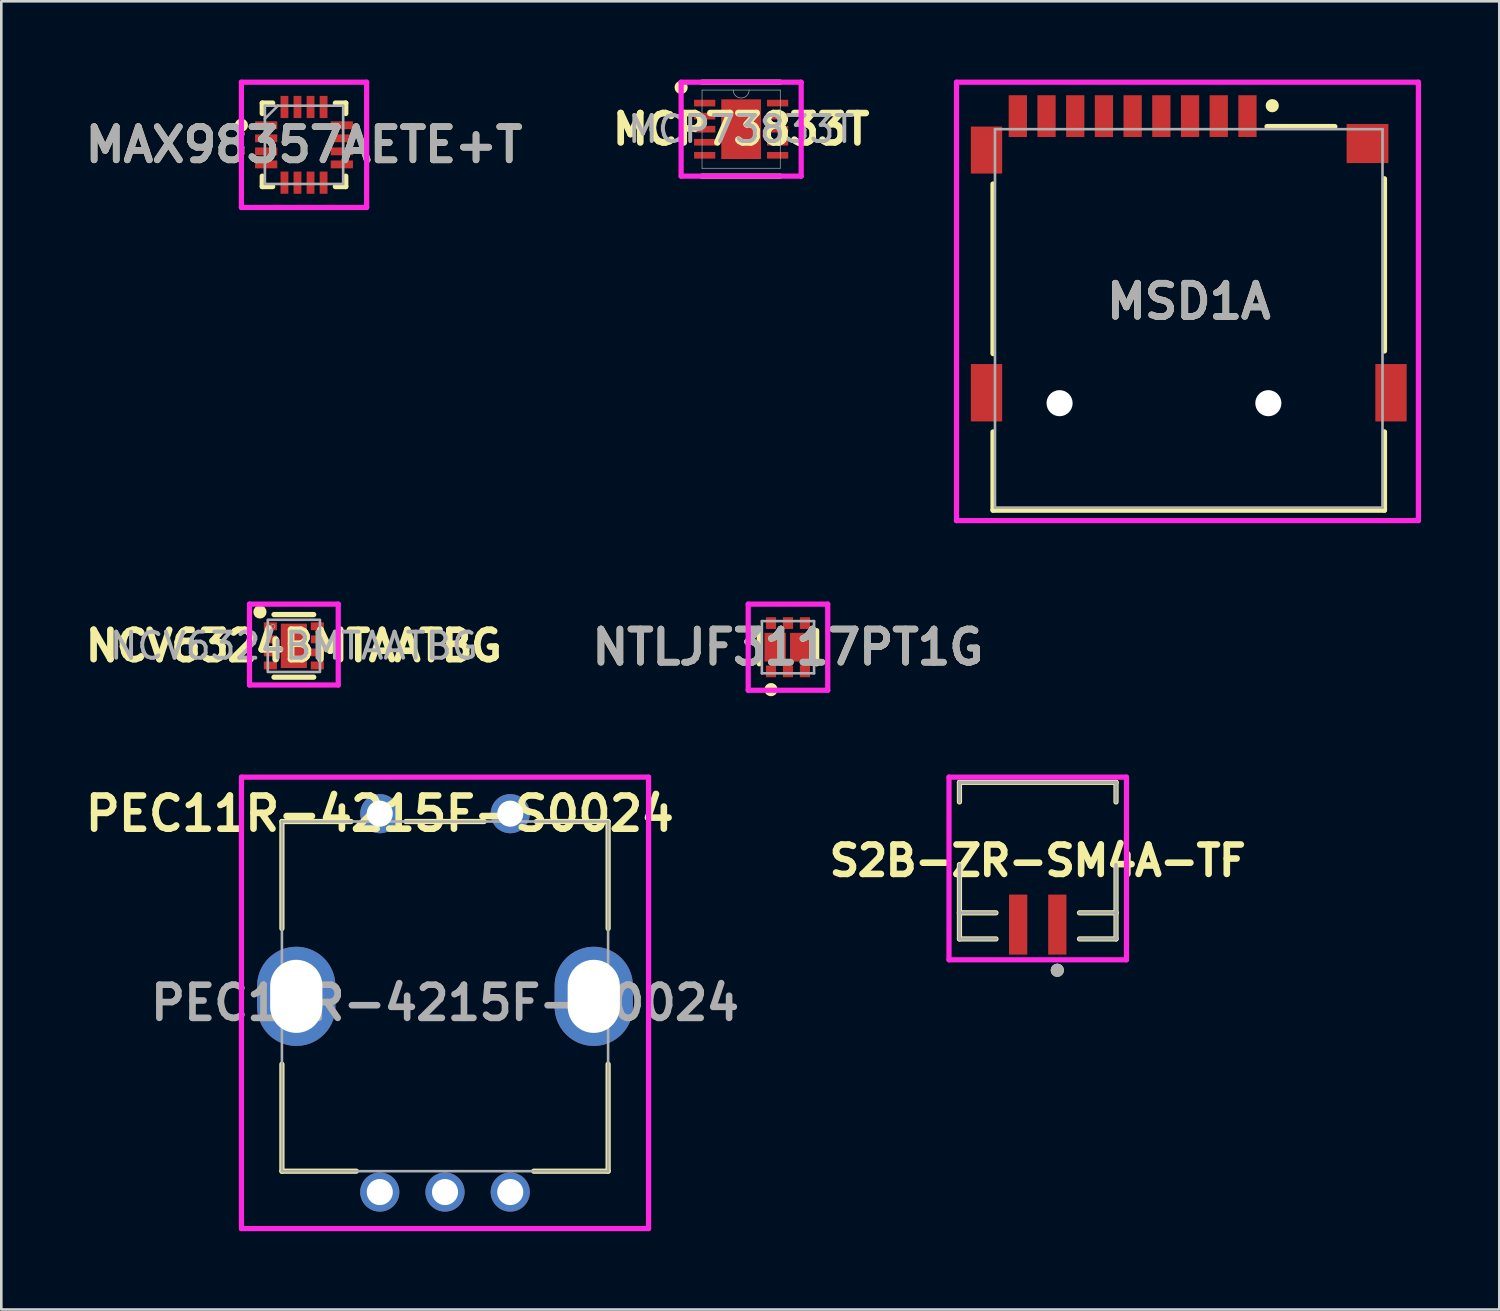
<source format=kicad_pcb>
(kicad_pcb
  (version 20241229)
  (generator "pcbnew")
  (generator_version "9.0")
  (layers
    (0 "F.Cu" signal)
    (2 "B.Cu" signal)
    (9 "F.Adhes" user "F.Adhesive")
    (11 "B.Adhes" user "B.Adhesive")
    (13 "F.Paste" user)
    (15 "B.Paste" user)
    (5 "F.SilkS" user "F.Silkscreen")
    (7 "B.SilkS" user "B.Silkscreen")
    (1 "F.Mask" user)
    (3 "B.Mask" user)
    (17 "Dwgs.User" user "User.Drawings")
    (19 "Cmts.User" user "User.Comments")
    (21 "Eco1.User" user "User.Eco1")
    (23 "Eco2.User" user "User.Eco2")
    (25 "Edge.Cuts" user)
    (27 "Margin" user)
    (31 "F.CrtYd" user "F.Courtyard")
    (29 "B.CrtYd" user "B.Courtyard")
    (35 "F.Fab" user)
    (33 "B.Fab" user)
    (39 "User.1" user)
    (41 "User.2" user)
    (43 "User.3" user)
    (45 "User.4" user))
  (footprint "NCV6324BMTAATBG"
    (layer "F.Cu")
    (at 8.211 21.7)
    (property "Reference" "NCV6324BMTAATBG" (at 0 0 0) (unlocked yes) (layer "F.SilkS") (effects (font (size 1.127 1.127) (thickness 0.254) (bold yes))))
    (attr smd)
    (fp_line (start -0.762 -1.2) (end 0.762 -1.2) (stroke (width 0.2) (type default)) (layer "F.SilkS"))
    (fp_line (start -0.762 1.2) (end 0.762 1.2) (stroke (width 0.2) (type default)) (layer "F.SilkS"))
    (fp_circle (center -1.3 -1.3) (end -1.173 -1.3) (stroke (width 0.254) (type solid)) (fill no) (layer "F.SilkS"))
    (fp_line (start -1.7 -1.6) (end 1.7 -1.6) (stroke (width 0.2) (type default)) (layer "F.CrtYd"))
    (fp_line (start -1.7 1.5) (end -1.7 -1.6) (stroke (width 0.2) (type default)) (layer "F.CrtYd"))
    (fp_line (start 1.7 -1.6) (end 1.7 1.5) (stroke (width 0.2) (type default)) (layer "F.CrtYd"))
    (fp_line (start 1.7 1.5) (end -1.7 1.5) (stroke (width 0.2) (type default)) (layer "F.CrtYd"))
    (fp_rect (start -1 -1) (end 1 1) (stroke (width 0.1) (type default)) (fill no) (layer "F.Fab"))
    (fp_circle (center -0.8 -0.75) (end -0.724 -0.75) (stroke (width 0.025) (type solid)) (fill no) (layer "F.Fab"))
    (fp_text user "${REFERENCE}" (at 0 0 0) (unlocked yes) (layer "F.Fab") (effects (font (size 1 1) (thickness 0.15))))
    (pad "1" smd rect (at -0.9 -0.75) (size 0.5 0.3) (layers "F.Cu" "F.Mask" "F.Paste"))
    (pad "2" smd rect (at -0.9 -0.25) (size 0.5 0.3) (layers "F.Cu" "F.Mask" "F.Paste"))
    (pad "3" smd rect (at -0.9 0.25) (size 0.5 0.3) (layers "F.Cu" "F.Mask" "F.Paste"))
    (pad "4" smd rect (at -0.9 0.75) (size 0.5 0.3) (layers "F.Cu" "F.Mask" "F.Paste"))
    (pad "5" smd rect (at 0.9 0.75) (size 0.5 0.3) (layers "F.Cu" "F.Mask" "F.Paste"))
    (pad "6" smd rect (at 0.9 0.25) (size 0.5 0.3) (layers "F.Cu" "F.Mask" "F.Paste"))
    (pad "7" smd rect (at 0.9 -0.25) (size 0.5 0.3) (layers "F.Cu" "F.Mask" "F.Paste"))
    (pad "8" smd rect (at 0.9 -0.75) (size 0.5 0.3) (layers "F.Cu" "F.Mask" "F.Paste"))
    (pad "9" smd rect (at 0 0) (size 1 1.7) (layers "F.Cu" "F.Mask" "F.Paste")))
  (footprint "MSD1A"
    (layer "F.Cu")
    (at 42.503 8.9)
    (property "Reference" "MSD1A" (at 0 -0.4 0) (layer "F.SilkS") (effects (font (size 1.27 1.27) (thickness 0.254))))
    (attr through_hole)
    (fp_line (start -7.5 1.6) (end -7.5 -4.9) (stroke (width 0.2) (type solid)) (layer "F.SilkS"))
    (fp_line (start -7.5 7.6) (end -7.5 4.6) (stroke (width 0.2) (type solid)) (layer "F.SilkS"))
    (fp_line (start 3 -7.1) (end 5.6 -7.1) (stroke (width 0.2) (type solid)) (layer "F.SilkS"))
    (fp_line (start 7.5 -5.1) (end 7.5 1.5) (stroke (width 0.2) (type solid)) (layer "F.SilkS"))
    (fp_line (start 7.5 4.6) (end 7.5 7.6) (stroke (width 0.2) (type solid)) (layer "F.SilkS"))
    (fp_line (start 7.5 7.6) (end -7.5 7.6) (stroke (width 0.2) (type solid)) (layer "F.SilkS"))
    (fp_circle (center 3.2 -7.9) (end 3.327 -7.9) (stroke (width 0.254) (type solid)) (fill no) (layer "F.SilkS"))
    (fp_line (start -8.9 -8.8) (end 8.8 -8.8) (stroke (width 0.2) (type solid)) (layer "F.CrtYd"))
    (fp_line (start -8.9 8) (end -8.9 -8.8) (stroke (width 0.2) (type solid)) (layer "F.CrtYd"))
    (fp_line (start 8.8 -8.8) (end 8.8 8) (stroke (width 0.2) (type solid)) (layer "F.CrtYd"))
    (fp_line (start 8.8 8) (end -8.9 8) (stroke (width 0.2) (type solid)) (layer "F.CrtYd"))
    (fp_line (start -7.425 -7) (end 7.425 -7) (stroke (width 0.1) (type solid)) (layer "F.Fab"))
    (fp_line (start -7.425 7.5) (end -7.425 -7) (stroke (width 0.1) (type solid)) (layer "F.Fab"))
    (fp_line (start 7.425 -7) (end 7.425 7.5) (stroke (width 0.1) (type solid)) (layer "F.Fab"))
    (fp_line (start 7.425 7.5) (end -7.425 7.5) (stroke (width 0.1) (type solid)) (layer "F.Fab"))
    (fp_text user "${REFERENCE}" (at 0 -0.4 0) (layer "F.Fab") (effects (font (size 1.27 1.27) (thickness 0.254))))
    (pad "" np_thru_hole circle (at -4.95 3.5) (size 1 1) (drill 1) (layers "*.Cu" "*.Mask"))
    (pad "" np_thru_hole circle (at 3.05 3.5) (size 1 1) (drill 1) (layers "*.Cu" "*.Mask"))
    (pad "1" smd rect (at 2.25 -7.5) (size 0.7 1.6) (layers "F.Cu" "F.Mask" "F.Paste"))
    (pad "2" smd rect (at 1.15 -7.5) (size 0.7 1.6) (layers "F.Cu" "F.Mask" "F.Paste"))
    (pad "3" smd rect (at 0.05 -7.5) (size 0.7 1.6) (layers "F.Cu" "F.Mask" "F.Paste"))
    (pad "4" smd rect (at -1.05 -7.5) (size 0.7 1.6) (layers "F.Cu" "F.Mask" "F.Paste"))
    (pad "5" smd rect (at -2.15 -7.5) (size 0.7 1.6) (layers "F.Cu" "F.Mask" "F.Paste"))
    (pad "6" smd rect (at -3.25 -7.5) (size 0.7 1.6) (layers "F.Cu" "F.Mask" "F.Paste"))
    (pad "7" smd rect (at -4.35 -7.5) (size 0.7 1.6) (layers "F.Cu" "F.Mask" "F.Paste"))
    (pad "8" smd rect (at -5.45 -7.5) (size 0.7 1.6) (layers "F.Cu" "F.Mask" "F.Paste"))
    (pad "CD1" smd rect (at -6.55 -7.5) (size 0.7 1.6) (layers "F.Cu" "F.Mask" "F.Paste"))
    (pad "MP1" smd rect (at 7.75 3.1) (size 1.2 2.2) (layers "F.Cu" "F.Mask" "F.Paste"))
    (pad "MP2" smd rect (at -7.75 3.1) (size 1.2 2.2) (layers "F.Cu" "F.Mask" "F.Paste"))
    (pad "MP3" smd rect (at 6.85 -6.45 90) (size 1.5 1.6) (layers "F.Cu" "F.Mask" "F.Paste"))
    (pad "MP4" smd rect (at -7.75 -6.2) (size 1.2 1.8) (layers "F.Cu" "F.Mask" "F.Paste")))
  (footprint "S2B-ZR-SM4A-TF"
    (layer "F.Cu")
    (at 36.716 29.93)
    (property "Reference" "S2B-ZR-SM4A-TF" (at 0 0 180) (layer "F.SilkS") (effects (font (size 1.127 1.127) (thickness 0.254) (bold yes))))
    (attr smd)
    (fp_line (start -3 -3) (end 3 -3) (stroke (width 0.2) (type solid)) (layer "F.SilkS"))
    (fp_line (start -3 -2.25) (end -3 -3) (stroke (width 0.2) (type solid)) (layer "F.SilkS"))
    (fp_line (start -3 2) (end -3 0.15) (stroke (width 0.2) (type solid)) (layer "F.SilkS"))
    (fp_line (start -3 2) (end -1.6 2) (stroke (width 0.2) (type solid)) (layer "F.SilkS"))
    (fp_line (start -3 3) (end -3 2) (stroke (width 0.2) (type solid)) (layer "F.SilkS"))
    (fp_line (start -1.6 3) (end -3 3) (stroke (width 0.2) (type solid)) (layer "F.SilkS"))
    (fp_line (start 1.6 2) (end 3 2) (stroke (width 0.2) (type solid)) (layer "F.SilkS"))
    (fp_line (start 3 -3) (end 3 -2.25) (stroke (width 0.2) (type solid)) (layer "F.SilkS"))
    (fp_line (start 3 0.15) (end 3 2) (stroke (width 0.2) (type solid)) (layer "F.SilkS"))
    (fp_line (start 3 2) (end 3 3) (stroke (width 0.2) (type solid)) (layer "F.SilkS"))
    (fp_line (start 3 3) (end 1.6 3) (stroke (width 0.2) (type solid)) (layer "F.SilkS"))
    (fp_circle (center 0.75 4.2) (end 0.877 4.2) (stroke (width 0.254) (type solid)) (fill no) (layer "F.SilkS"))
    (fp_line (start -3.4 -3.2) (end -3.4 3.8) (stroke (width 0.2) (type solid)) (layer "F.CrtYd"))
    (fp_line (start -3.4 3.8) (end 3.4 3.8) (stroke (width 0.2) (type solid)) (layer "F.CrtYd"))
    (fp_line (start 3.4 -3.2) (end -3.4 -3.2) (stroke (width 0.2) (type solid)) (layer "F.CrtYd"))
    (fp_line (start 3.4 3.8) (end 3.4 -3.2) (stroke (width 0.2) (type solid)) (layer "F.CrtYd"))
    (fp_line (start -3 -3) (end 3 -3) (stroke (width 0.127) (type solid)) (layer "F.Fab"))
    (fp_line (start -3 -2.25) (end -3 -3) (stroke (width 0.127) (type solid)) (layer "F.Fab"))
    (fp_line (start -3 2) (end -3 0.15) (stroke (width 0.127) (type solid)) (layer "F.Fab"))
    (fp_line (start -3 2) (end -1.6 2) (stroke (width 0.127) (type solid)) (layer "F.Fab"))
    (fp_line (start -3 3) (end -3 2) (stroke (width 0.127) (type solid)) (layer "F.Fab"))
    (fp_line (start -1.6 3) (end -3 3) (stroke (width 0.127) (type solid)) (layer "F.Fab"))
    (fp_line (start 1.6 2) (end 3 2) (stroke (width 0.127) (type solid)) (layer "F.Fab"))
    (fp_line (start 3 -3) (end 3 -2.25) (stroke (width 0.127) (type solid)) (layer "F.Fab"))
    (fp_line (start 3 0.15) (end 3 2) (stroke (width 0.127) (type solid)) (layer "F.Fab"))
    (fp_line (start 3 2) (end 3 3) (stroke (width 0.127) (type solid)) (layer "F.Fab"))
    (fp_line (start 3 3) (end 1.6 3) (stroke (width 0.127) (type solid)) (layer "F.Fab"))
    (fp_circle (center 0.75 4.2) (end 0.877 4.2) (stroke (width 0.254) (type solid)) (fill no) (layer "F.Fab"))
    (pad "" smd rect (at -2.7 -1.05) (size 1.1 1.9) (layers "F.Mask" "F.Paste"))
    (pad "" smd rect (at 2.7 -1.05) (size 1.1 1.9) (layers "F.Mask" "F.Paste"))
    (pad "1" smd rect (at 0.75 2.45) (size 0.7 2.3) (layers "F.Cu" "F.Mask" "F.Paste"))
    (pad "2" smd rect (at -0.75 2.45) (size 0.7 2.3) (layers "F.Cu" "F.Mask" "F.Paste")))
  (footprint "MAX98357AETE+T"
    (layer "F.Cu")
    (at 8.6 2.5)
    (property "Reference" "MAX98357AETE+T" (at 0 0 0) (layer "F.SilkS") (effects (font (size 1.27 1.27) (thickness 0.254))))
    (attr smd)
    (fp_line (start -1.6 -1.6) (end -1.6 -1.2) (stroke (width 0.2) (type default)) (layer "F.SilkS"))
    (fp_line (start -1.6 -1.6) (end -1.2 -1.6) (stroke (width 0.2) (type default)) (layer "F.SilkS"))
    (fp_line (start -1.6 1.6) (end -1.6 1.2) (stroke (width 0.2) (type default)) (layer "F.SilkS"))
    (fp_line (start -1.6 1.6) (end -1.2 1.6) (stroke (width 0.2) (type default)) (layer "F.SilkS"))
    (fp_line (start 1.6 -1.6) (end 1.2 -1.6) (stroke (width 0.2) (type default)) (layer "F.SilkS"))
    (fp_line (start 1.6 -1.6) (end 1.6 -1.2) (stroke (width 0.2) (type default)) (layer "F.SilkS"))
    (fp_line (start 1.6 1.6) (end 1.2 1.6) (stroke (width 0.2) (type default)) (layer "F.SilkS"))
    (fp_line (start 1.6 1.6) (end 1.6 1.2) (stroke (width 0.2) (type default)) (layer "F.SilkS"))
    (fp_circle (center -2.4 -0.75) (end -2.273 -0.75) (stroke (width 0.254) (type solid)) (fill no) (layer "F.SilkS"))
    (fp_line (start -2.4 -2.4) (end 2.4 -2.4) (stroke (width 0.2) (type solid)) (layer "F.CrtYd"))
    (fp_line (start -2.4 2.4) (end -2.4 -2.4) (stroke (width 0.2) (type solid)) (layer "F.CrtYd"))
    (fp_line (start 2.4 -2.4) (end 2.4 2.4) (stroke (width 0.2) (type solid)) (layer "F.CrtYd"))
    (fp_line (start 2.4 2.4) (end -2.4 2.4) (stroke (width 0.2) (type solid)) (layer "F.CrtYd"))
    (fp_line (start -1.5 -1.5) (end 1.5 -1.5) (stroke (width 0.1) (type solid)) (layer "F.Fab"))
    (fp_line (start -1.5 -1) (end -1 -1.5) (stroke (width 0.1) (type solid)) (layer "F.Fab"))
    (fp_line (start -1.5 1.5) (end -1.5 -1.5) (stroke (width 0.1) (type solid)) (layer "F.Fab"))
    (fp_line (start 1.5 -1.5) (end 1.5 1.5) (stroke (width 0.1) (type solid)) (layer "F.Fab"))
    (fp_line (start 1.5 1.5) (end -1.5 1.5) (stroke (width 0.1) (type solid)) (layer "F.Fab"))
    (fp_text user "${REFERENCE}" (at 0 0 0) (layer "F.Fab") (effects (font (size 1.27 1.27) (thickness 0.254))))
    (pad "" smd rect (at 0 0) (size 1.25 1.25) (layers "F.Mask" "F.Paste"))
    (pad "1" smd rect (at -1.45 -0.75 90) (size 0.3 0.85) (layers "F.Cu" "F.Mask" "F.Paste"))
    (pad "2" smd rect (at -1.45 -0.25 90) (size 0.3 0.85) (layers "F.Cu" "F.Mask" "F.Paste"))
    (pad "3" smd rect (at -1.45 0.25 90) (size 0.3 0.85) (layers "F.Cu" "F.Mask" "F.Paste"))
    (pad "4" smd rect (at -1.45 0.75 90) (size 0.3 0.85) (layers "F.Cu" "F.Mask" "F.Paste"))
    (pad "5" smd rect (at -0.75 1.45) (size 0.3 0.85) (layers "F.Cu" "F.Mask" "F.Paste"))
    (pad "6" smd rect (at -0.25 1.45) (size 0.3 0.85) (layers "F.Cu" "F.Mask" "F.Paste"))
    (pad "7" smd rect (at 0.25 1.45) (size 0.3 0.85) (layers "F.Cu" "F.Mask" "F.Paste"))
    (pad "8" smd rect (at 0.75 1.45) (size 0.3 0.85) (layers "F.Cu" "F.Mask" "F.Paste"))
    (pad "9" smd rect (at 1.45 0.75 90) (size 0.3 0.85) (layers "F.Cu" "F.Mask" "F.Paste"))
    (pad "10" smd rect (at 1.45 0.25 90) (size 0.3 0.85) (layers "F.Cu" "F.Mask" "F.Paste"))
    (pad "11" smd rect (at 1.45 -0.25 90) (size 0.3 0.85) (layers "F.Cu" "F.Mask" "F.Paste"))
    (pad "12" smd rect (at 1.45 -0.75 90) (size 0.3 0.85) (layers "F.Cu" "F.Mask" "F.Paste"))
    (pad "13" smd rect (at 0.75 -1.45) (size 0.3 0.85) (layers "F.Cu" "F.Mask" "F.Paste"))
    (pad "14" smd rect (at 0.25 -1.45) (size 0.3 0.85) (layers "F.Cu" "F.Mask" "F.Paste"))
    (pad "15" smd rect (at -0.25 -1.45) (size 0.3 0.85) (layers "F.Cu" "F.Mask" "F.Paste"))
    (pad "16" smd rect (at -0.75 -1.45) (size 0.3 0.85) (layers "F.Cu" "F.Mask" "F.Paste")))
  (footprint "MCP73833T"
    (layer "F.Cu")
    (at 25.351 1.9)
    (property "Reference" "MCP73833T" (at 0 0 0) (unlocked yes) (layer "F.SilkS") (effects (font (size 1.127 1.127) (thickness 0.254) (bold yes))))
    (attr smd)
    (fp_line (start -1.5 1.8) (end 1.5 1.8) (stroke (width 0.2) (type solid)) (layer "F.SilkS"))
    (fp_line (start 1.5 -1.8) (end -1.5 -1.8) (stroke (width 0.2) (type solid)) (layer "F.SilkS"))
    (fp_circle (center -2.3 -1.6) (end -2.173 -1.6) (stroke (width 0.254) (type default)) (fill no) (layer "F.SilkS"))
    (fp_line (start -2.3 -1.8) (end 2.3 -1.8) (stroke (width 0.2) (type default)) (layer "F.CrtYd"))
    (fp_line (start -2.3 1.8) (end -2.3 -1.8) (stroke (width 0.2) (type default)) (layer "F.CrtYd"))
    (fp_line (start 2.3 -1.8) (end 2.3 1.8) (stroke (width 0.2) (type default)) (layer "F.CrtYd"))
    (fp_line (start 2.3 1.8) (end -2.3 1.8) (stroke (width 0.2) (type default)) (layer "F.CrtYd"))
    (fp_line (start -1.499 -1.499) (end -1.499 1.499) (stroke (width 0.025) (type solid)) (layer "F.Fab"))
    (fp_line (start -1.499 1.499) (end 1.499 1.499) (stroke (width 0.025) (type solid)) (layer "F.Fab"))
    (fp_line (start 1.499 -1.499) (end -1.499 -1.499) (stroke (width 0.025) (type solid)) (layer "F.Fab"))
    (fp_line (start 1.499 1.499) (end 1.499 -1.499) (stroke (width 0.025) (type solid)) (layer "F.Fab"))
    (fp_arc (start 0.3048 -1.4986) (mid 0 -1.1938) (end -0.3048 -1.4986) (stroke (width 0.0254) (type solid)) (layer "F.Fab"))
    (fp_text user "${REFERENCE}" (at 0 0 0) (unlocked yes) (layer "F.Fab") (effects (font (size 1 1) (thickness 0.15))))
    (pad "1" smd rect (at -1.397 -1) (size 0.813 0.254) (layers "F.Cu" "F.Mask" "F.Paste"))
    (pad "2" smd rect (at -1.397 -0.5) (size 0.813 0.254) (layers "F.Cu" "F.Mask" "F.Paste"))
    (pad "3" smd rect (at -1.397 0) (size 0.813 0.254) (layers "F.Cu" "F.Mask" "F.Paste"))
    (pad "4" smd rect (at -1.397 0.5) (size 0.813 0.254) (layers "F.Cu" "F.Mask" "F.Paste"))
    (pad "5" smd rect (at -1.397 1) (size 0.813 0.254) (layers "F.Cu" "F.Mask" "F.Paste"))
    (pad "6" smd rect (at 1.397 1) (size 0.813 0.254) (layers "F.Cu" "F.Mask" "F.Paste"))
    (pad "7" smd rect (at 1.397 0.5) (size 0.813 0.254) (layers "F.Cu" "F.Mask" "F.Paste"))
    (pad "8" smd rect (at 1.397 0) (size 0.813 0.254) (layers "F.Cu" "F.Mask" "F.Paste"))
    (pad "9" smd rect (at 1.397 -0.5) (size 0.813 0.254) (layers "F.Cu" "F.Mask" "F.Paste"))
    (pad "10" smd rect (at 1.397 -1) (size 0.813 0.254) (layers "F.Cu" "F.Mask" "F.Paste"))
    (pad "11" smd rect (at 0 0) (size 1.524 2.286) (layers "F.Cu" "F.Mask" "F.Paste")))
  (footprint "NTLJF3117PT1G"
    (layer "F.Cu")
    (at 27.145 21.751)
    (property "Reference" "NTLJF3117PT1G" (at 0 0 0) (layer "F.SilkS") (effects (font (size 1.27 1.27) (thickness 0.254))))
    (attr smd)
    (fp_line (start -1.1 -0.635) (end -1.1 0.635) (stroke (width 0.2) (type default)) (layer "F.SilkS"))
    (fp_line (start 1.1 -0.635) (end 1.1 0.635) (stroke (width 0.2) (type default)) (layer "F.SilkS"))
    (fp_circle (center -0.65 1.625) (end -0.523 1.625) (stroke (width 0.254) (type solid)) (fill no) (layer "F.SilkS"))
    (fp_line (start -1.524 -1.651) (end 1.524 -1.651) (stroke (width 0.2) (type default)) (layer "F.CrtYd"))
    (fp_line (start -1.524 1.651) (end -1.524 -1.651) (stroke (width 0.2) (type default)) (layer "F.CrtYd"))
    (fp_line (start 1.524 -1.651) (end 1.524 1.651) (stroke (width 0.2) (type default)) (layer "F.CrtYd"))
    (fp_line (start 1.524 1.651) (end -1.524 1.651) (stroke (width 0.2) (type default)) (layer "F.CrtYd"))
    (fp_line (start -1 -1) (end -1 1) (stroke (width 0.1) (type solid)) (layer "F.Fab"))
    (fp_line (start -1 1) (end 1 1) (stroke (width 0.1) (type solid)) (layer "F.Fab"))
    (fp_line (start 1 -1) (end -1 -1) (stroke (width 0.1) (type solid)) (layer "F.Fab"))
    (fp_line (start 1 1) (end 1 -1) (stroke (width 0.1) (type solid)) (layer "F.Fab"))
    (fp_text user "${REFERENCE}" (at 0 0 0) (layer "F.Fab") (effects (font (size 1.27 1.27) (thickness 0.254))))
    (pad "1" smd rect (at -0.65 0.925) (size 0.39 0.45) (layers "F.Cu" "F.Mask" "F.Paste"))
    (pad "2" smd rect (at 0 0.925) (size 0.39 0.45) (layers "F.Cu" "F.Mask" "F.Paste"))
    (pad "3" smd rect (at 0.65 0.925) (size 0.39 0.45) (layers "F.Cu" "F.Mask" "F.Paste"))
    (pad "4" smd rect (at 0.65 -0.925) (size 0.39 0.45) (layers "F.Cu" "F.Mask" "F.Paste"))
    (pad "5" smd rect (at 0 -0.925) (size 0.39 0.45) (layers "F.Cu" "F.Mask" "F.Paste"))
    (pad "6" smd rect (at -0.65 -0.925) (size 0.39 0.45) (layers "F.Cu" "F.Mask" "F.Paste"))
    (pad "7" smd rect (at -0.49 0) (size 0.82 1.1) (layers "F.Cu" "F.Mask" "F.Paste"))
    (pad "8" smd rect (at 0.49 0) (size 0.82 1.1) (layers "F.Cu" "F.Mask" "F.Paste")))
  (footprint "PEC11R-4215F-S0024"
    (layer "F.Cu")
    (at 14.003 35.13)
    (property "Reference" "PEC11R-4215F-S0024" (at -2.5 -7 0) (layer "F.SilkS") (effects (font (size 1.27 1.27) (thickness 0.254))))
    (attr through_hole)
    (fp_line (start -6.25 -6.7) (end -6.25 -2.6) (stroke (width 0.2) (type solid)) (layer "F.SilkS"))
    (fp_line (start -6.25 2.6) (end -6.25 6.7) (stroke (width 0.2) (type solid)) (layer "F.SilkS"))
    (fp_line (start -6.25 6.7) (end -3.4 6.7) (stroke (width 0.2) (type solid)) (layer "F.SilkS"))
    (fp_line (start -3.6 -6.7) (end -6.25 -6.7) (stroke (width 0.2) (type solid)) (layer "F.SilkS"))
    (fp_line (start 1.5 -6.7) (end -1.5 -6.7) (stroke (width 0.2) (type solid)) (layer "F.SilkS"))
    (fp_line (start 3.4 6.7) (end 6.25 6.7) (stroke (width 0.2) (type solid)) (layer "F.SilkS"))
    (fp_line (start 6.25 -6.7) (end 3.5 -6.7) (stroke (width 0.2) (type solid)) (layer "F.SilkS"))
    (fp_line (start 6.25 -2.6) (end 6.25 -6.7) (stroke (width 0.2) (type solid)) (layer "F.SilkS"))
    (fp_line (start 6.25 6.7) (end 6.25 2.6) (stroke (width 0.2) (type solid)) (layer "F.SilkS"))
    (fp_line (start -7.8 -8.4) (end 7.8 -8.4) (stroke (width 0.2) (type default)) (layer "F.CrtYd"))
    (fp_line (start -7.8 8.9) (end -7.8 -8.4) (stroke (width 0.2) (type default)) (layer "F.CrtYd"))
    (fp_line (start 7.8 -8.4) (end 7.8 8.9) (stroke (width 0.2) (type default)) (layer "F.CrtYd"))
    (fp_line (start 7.8 8.9) (end -7.8 8.9) (stroke (width 0.2) (type default)) (layer "F.CrtYd"))
    (fp_line (start -6.25 -6.7) (end -6.25 6.7) (stroke (width 0.1) (type solid)) (layer "F.Fab"))
    (fp_line (start -6.25 6.7) (end 6.25 6.7) (stroke (width 0.1) (type solid)) (layer "F.Fab"))
    (fp_line (start 6.25 -6.7) (end -6.25 -6.7) (stroke (width 0.1) (type solid)) (layer "F.Fab"))
    (fp_line (start 6.25 6.7) (end 6.25 -6.7) (stroke (width 0.1) (type solid)) (layer "F.Fab"))
    (fp_text user "${REFERENCE}" (at 0 0.25 0) (layer "F.Fab") (effects (font (size 1.27 1.27) (thickness 0.254))))
    (pad "1" thru_hole circle (at -2.5 -7) (size 1.5 1.5) (drill 1) (layers "*.Cu" "*.Mask"))
    (pad "2" thru_hole circle (at 2.5 -7) (size 1.5 1.5) (drill 1) (layers "*.Cu" "*.Mask"))
    (pad "A1" thru_hole circle (at -2.5 7.5) (size 1.5 1.5) (drill 1) (layers "*.Cu" "*.Mask"))
    (pad "B1" thru_hole circle (at 2.5 7.5) (size 1.5 1.5) (drill 1) (layers "*.Cu" "*.Mask"))
    (pad "C1" thru_hole circle (at 0 7.5) (size 1.5 1.5) (drill 1) (layers "*.Cu" "*.Mask"))
    (pad "MH1" thru_hole oval (at -5.7 0) (size 3 3.8) (drill oval 2 2.8) (layers "*.Cu" "*.Mask"))
    (pad "MH2" thru_hole oval (at 5.7 0) (size 3 3.8) (drill oval 2 2.8) (layers "*.Cu" "*.Mask")))
  (gr_rect
    (start -3 -3)
    (end 54.403 47.13)
    (stroke (width 0.1) (type default))
    (fill no)
    (layer "Edge.Cuts")))
</source>
